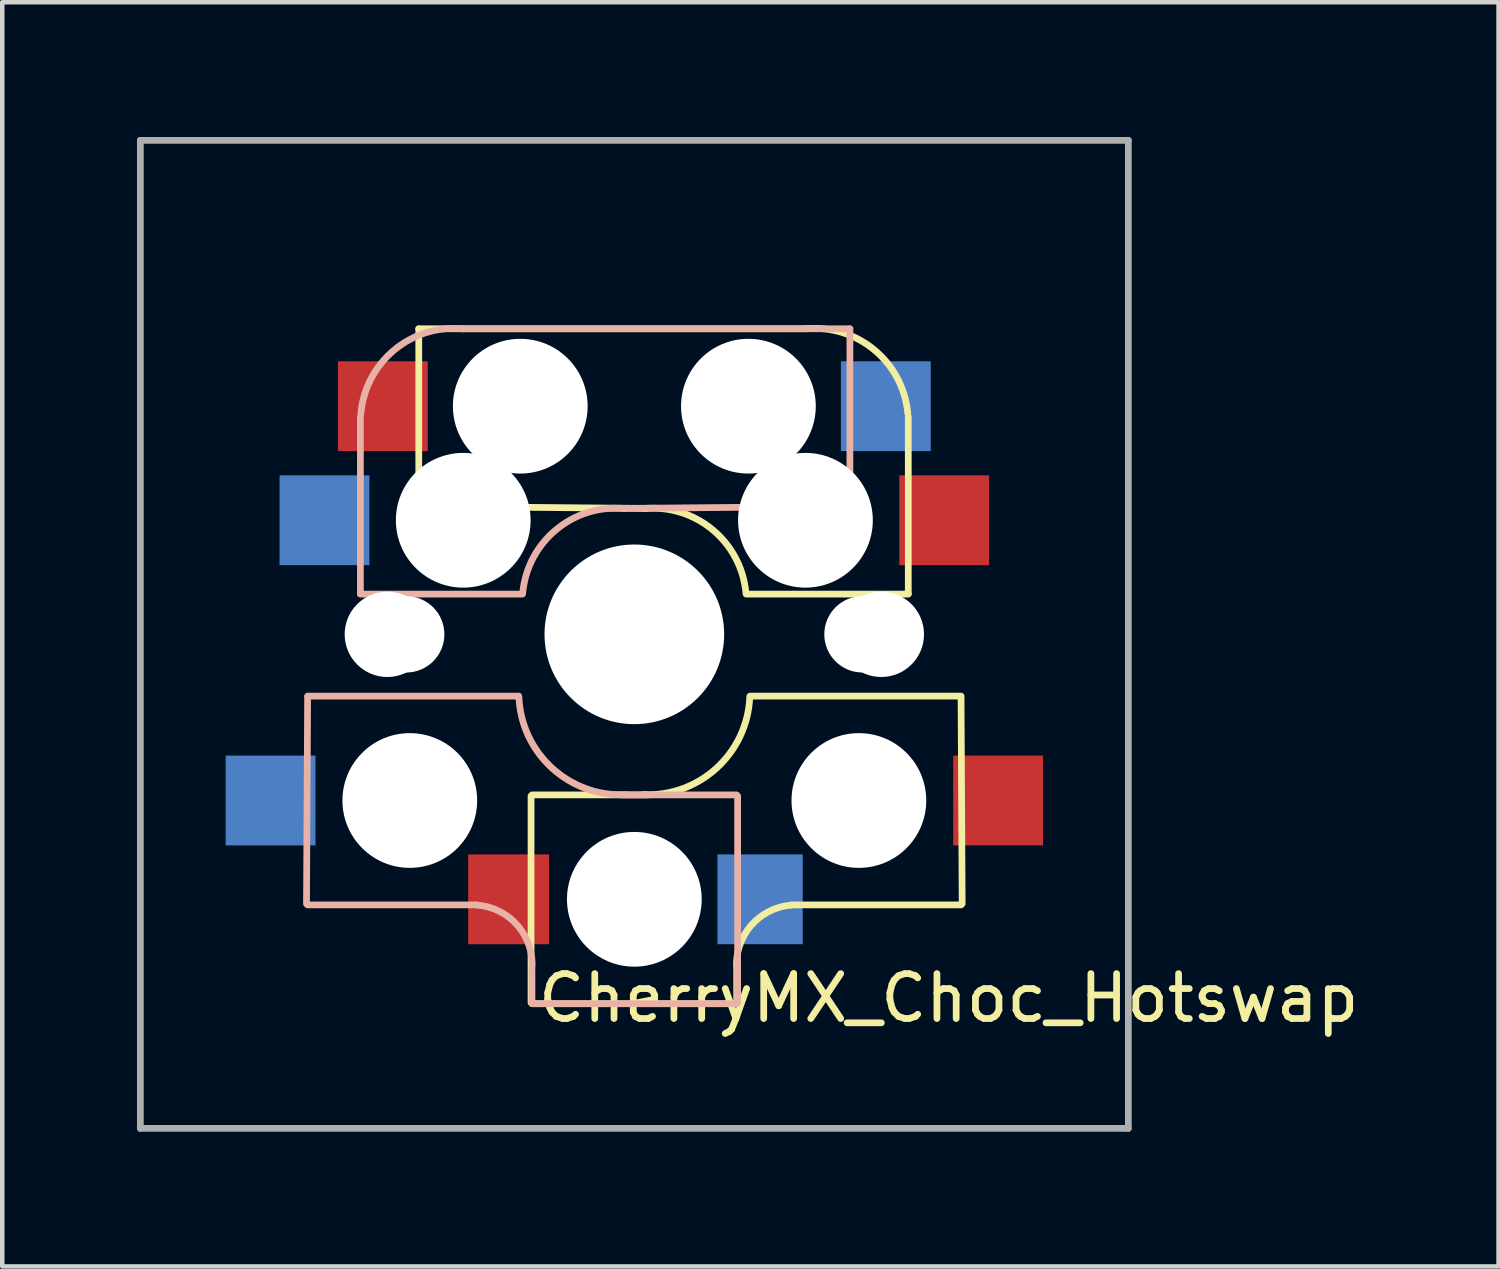
<source format=kicad_pcb>
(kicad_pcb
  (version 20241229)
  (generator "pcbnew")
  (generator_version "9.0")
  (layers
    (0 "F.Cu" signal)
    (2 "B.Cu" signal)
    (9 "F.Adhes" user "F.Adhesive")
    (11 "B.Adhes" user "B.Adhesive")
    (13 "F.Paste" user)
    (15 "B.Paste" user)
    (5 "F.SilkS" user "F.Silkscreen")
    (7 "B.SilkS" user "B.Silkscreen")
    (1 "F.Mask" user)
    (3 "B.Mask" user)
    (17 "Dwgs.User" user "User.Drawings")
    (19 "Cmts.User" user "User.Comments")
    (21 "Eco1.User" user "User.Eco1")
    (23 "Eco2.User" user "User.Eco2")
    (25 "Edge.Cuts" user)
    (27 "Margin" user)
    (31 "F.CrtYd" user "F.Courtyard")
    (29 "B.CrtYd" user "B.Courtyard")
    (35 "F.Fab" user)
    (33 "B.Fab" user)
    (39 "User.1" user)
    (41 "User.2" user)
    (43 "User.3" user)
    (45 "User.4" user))
  (footprint "CherryMX_Choc_Hotswap"
    (layer "F.Cu")
    (at 11.075 11.075)
    (property "Reference" "CherryMX_Choc_Hotswap" (at 7 8.1 0) (layer "F.SilkS") (effects (font (size 1 1) (thickness 0.15))))
    (attr through_hole)
    (fp_line (start -4.8 -6.804) (end 3.825 -6.804) (stroke (width 0.15) (type solid)) (layer "F.SilkS"))
    (fp_line (start -4.8 -2.896) (end -4.8 -6.804) (stroke (width 0.15) (type solid)) (layer "F.SilkS"))
    (fp_line (start -4.8 -2.85) (end 0.25 -2.804) (stroke (width 0.15) (type solid)) (layer "F.SilkS"))
    (fp_line (start -2.3 3.6) (end -2.3 8.2) (stroke (width 0.15) (type solid)) (layer "F.SilkS"))
    (fp_line (start -2.275 3.575) (end 0.275 3.575) (stroke (width 0.15) (type solid)) (layer "F.SilkS"))
    (fp_line (start -2.275 8.225) (end 2.275 8.225) (stroke (width 0.15) (type solid)) (layer "F.SilkS"))
    (fp_line (start 2.28 7.5) (end 2.28 8.2) (stroke (width 0.15) (type solid)) (layer "F.SilkS"))
    (fp_line (start 2.575 1.375) (end 7.275 1.375) (stroke (width 0.15) (type solid)) (layer "F.SilkS"))
    (fp_line (start 3.5 6.025) (end 7.275 6.025) (stroke (width 0.15) (type solid)) (layer "F.SilkS"))
    (fp_line (start 6.1 -4.85) (end 6.1 -0.905) (stroke (width 0.15) (type solid)) (layer "F.SilkS"))
    (fp_line (start 6.1 -0.896) (end 2.49 -0.896) (stroke (width 0.15) (type solid)) (layer "F.SilkS"))
    (fp_line (start 7.275 1.4) (end 7.3 6) (stroke (width 0.15) (type solid)) (layer "F.SilkS"))
    (fp_arc (start 0.225 -2.8) (mid 1.744361 -2.328061) (end 2.485 -0.92) (stroke (width 0.15) (type solid)) (layer "F.SilkS"))
    (fp_arc (start 2.28 7.45) (mid 2.595908 6.48733) (end 3.5 6.03) (stroke (width 0.15) (type solid)) (layer "F.SilkS"))
    (fp_arc (start 2.57 1.4) (mid 1.834422 2.975843) (end 0.2 3.57) (stroke (width 0.15) (type solid)) (layer "F.SilkS"))
    (fp_arc (start 3.825 -6.804) (mid 5.347189 -6.33089) (end 6.089 -4.92) (stroke (width 0.15) (type solid)) (layer "F.SilkS"))
    (fp_line (start -7.275 1.4) (end -7.3 6) (stroke (width 0.15) (type solid)) (layer "B.SilkS"))
    (fp_line (start -6.1 -4.85) (end -6.1 -0.905) (stroke (width 0.15) (type solid)) (layer "B.SilkS"))
    (fp_line (start -6.1 -0.896) (end -2.49 -0.896) (stroke (width 0.15) (type solid)) (layer "B.SilkS"))
    (fp_line (start -3.5 6.025) (end -7.275 6.025) (stroke (width 0.15) (type solid)) (layer "B.SilkS"))
    (fp_line (start -2.575 1.375) (end -7.275 1.375) (stroke (width 0.15) (type solid)) (layer "B.SilkS"))
    (fp_line (start -2.28 7.5) (end -2.28 8.2) (stroke (width 0.15) (type solid)) (layer "B.SilkS"))
    (fp_line (start 2.275 3.575) (end -0.275 3.575) (stroke (width 0.15) (type solid)) (layer "B.SilkS"))
    (fp_line (start 2.275 8.225) (end -2.275 8.225) (stroke (width 0.15) (type solid)) (layer "B.SilkS"))
    (fp_line (start 2.3 3.6) (end 2.3 8.2) (stroke (width 0.15) (type solid)) (layer "B.SilkS"))
    (fp_line (start 4.8 -6.804) (end -3.825 -6.804) (stroke (width 0.15) (type solid)) (layer "B.SilkS"))
    (fp_line (start 4.8 -2.896) (end 4.8 -6.804) (stroke (width 0.15) (type solid)) (layer "B.SilkS"))
    (fp_line (start 4.8 -2.85) (end -0.25 -2.804) (stroke (width 0.15) (type solid)) (layer "B.SilkS"))
    (fp_arc (start -6.089 -4.92) (mid -5.347189 -6.33089) (end -3.825 -6.804) (stroke (width 0.15) (type solid)) (layer "B.SilkS"))
    (fp_arc (start -3.5 6.03) (mid -2.595908 6.48733) (end -2.28 7.45) (stroke (width 0.15) (type solid)) (layer "B.SilkS"))
    (fp_arc (start -2.485 -0.92) (mid -1.744361 -2.328061) (end -0.225 -2.8) (stroke (width 0.15) (type solid)) (layer "B.SilkS"))
    (fp_arc (start -0.2 3.57) (mid -1.834422 2.975843) (end -2.57 1.4) (stroke (width 0.15) (type solid)) (layer "B.SilkS"))
    (fp_line (start -9 -9) (end 9 -9) (stroke (width 0.15) (type solid)) (layer "Eco2.User"))
    (fp_line (start -9 9) (end -9 -9) (stroke (width 0.15) (type solid)) (layer "Eco2.User"))
    (fp_line (start -7 -7) (end 7 -7) (stroke (width 0.15) (type solid)) (layer "Eco2.User"))
    (fp_line (start -7 7) (end -7 -7) (stroke (width 0.15) (type solid)) (layer "Eco2.User"))
    (fp_line (start 7 -7) (end 7 7) (stroke (width 0.15) (type solid)) (layer "Eco2.User"))
    (fp_line (start 7 7) (end -7 7) (stroke (width 0.15) (type solid)) (layer "Eco2.User"))
    (fp_line (start 9 -9) (end 9 9) (stroke (width 0.15) (type solid)) (layer "Eco2.User"))
    (fp_line (start 9 9) (end -9 9) (stroke (width 0.15) (type solid)) (layer "Eco2.User"))
    (fp_line (start -11 -11) (end -11 11) (stroke (width 0.15) (type solid)) (layer "F.Fab"))
    (fp_line (start -11 11) (end 11 11) (stroke (width 0.15) (type solid)) (layer "F.Fab"))
    (fp_line (start 11 -11) (end -11 -11) (stroke (width 0.15) (type solid)) (layer "F.Fab"))
    (fp_line (start 11 11) (end 11 -11) (stroke (width 0.15) (type solid)) (layer "F.Fab"))
    (pad "" np_thru_hole circle (at -5.5 0 90) (size 1.9 1.9) (drill 1.9) (layers "*.Cu" "*.Mask"))
    (pad "" np_thru_hole circle (at -5.08 0) (size 1.7 1.7) (drill 1.7) (layers "*.Cu" "*.Mask"))
    (pad "" np_thru_hole circle (at -5 3.7 90) (size 3 3) (drill 3) (layers "*.Cu" "*.Mask"))
    (pad "" np_thru_hole circle (at -3.81 -2.54 180) (size 3 3) (drill 3) (layers "*.Cu" "*.Mask"))
    (pad "" np_thru_hole circle (at -2.54 -5.08 180) (size 3 3) (drill 3) (layers "*.Cu" "*.Mask"))
    (pad "" np_thru_hole circle (at 0 0 90) (size 4 4) (drill 4) (layers "*.Cu" "*.Mask"))
    (pad "" np_thru_hole circle (at 0 5.9 90) (size 3 3) (drill 3) (layers "*.Cu" "*.Mask"))
    (pad "" np_thru_hole circle (at 2.54 -5.08 180) (size 3 3) (drill 3) (layers "*.Cu" "*.Mask"))
    (pad "" np_thru_hole circle (at 3.81 -2.54 180) (size 3 3) (drill 3) (layers "*.Cu" "*.Mask"))
    (pad "" np_thru_hole circle (at 5 3.7 270) (size 3 3) (drill 3) (layers "*.Cu" "*.Mask"))
    (pad "" np_thru_hole circle (at 5.08 0) (size 1.7 1.7) (drill 1.7) (layers "*.Cu" "*.Mask"))
    (pad "" np_thru_hole circle (at 5.5 0 90) (size 1.9 1.9) (drill 1.9) (layers "*.Cu" "*.Mask"))
    (pad "1" smd rect (at -8.1 3.7 180) (size 2 2) (layers "B.Cu" "B.Mask" "B.Paste"))
    (pad "1" smd rect (at -6.9 -2.54 180) (size 2 2) (layers "B.Cu" "B.Mask" "B.Paste"))
    (pad "1" smd rect (at -5.6 -5.08 180) (size 2 2) (layers "F.Cu" "F.Mask" "F.Paste"))
    (pad "1" smd rect (at 8.1 3.7 180) (size 2 2) (layers "F.Cu" "F.Mask" "F.Paste"))
    (pad "2" smd rect (at -2.8 5.9 180) (size 1.8 2) (layers "F.Cu" "F.Mask" "F.Paste"))
    (pad "2" smd rect (at 2.8 5.9 180) (size 1.9 2) (layers "B.Cu" "B.Mask" "B.Paste"))
    (pad "2" smd rect (at 5.6 -5.08 180) (size 2 2) (layers "B.Cu" "B.Mask" "B.Paste"))
    (pad "2" smd rect (at 6.9 -2.54 180) (size 2 2) (layers "F.Cu" "F.Mask" "F.Paste")))
  (gr_rect
    (start -3 -3)
    (end 30.319 25.15)
    (stroke (width 0.1) (type default))
    (fill no)
    (layer "Edge.Cuts")))
</source>
